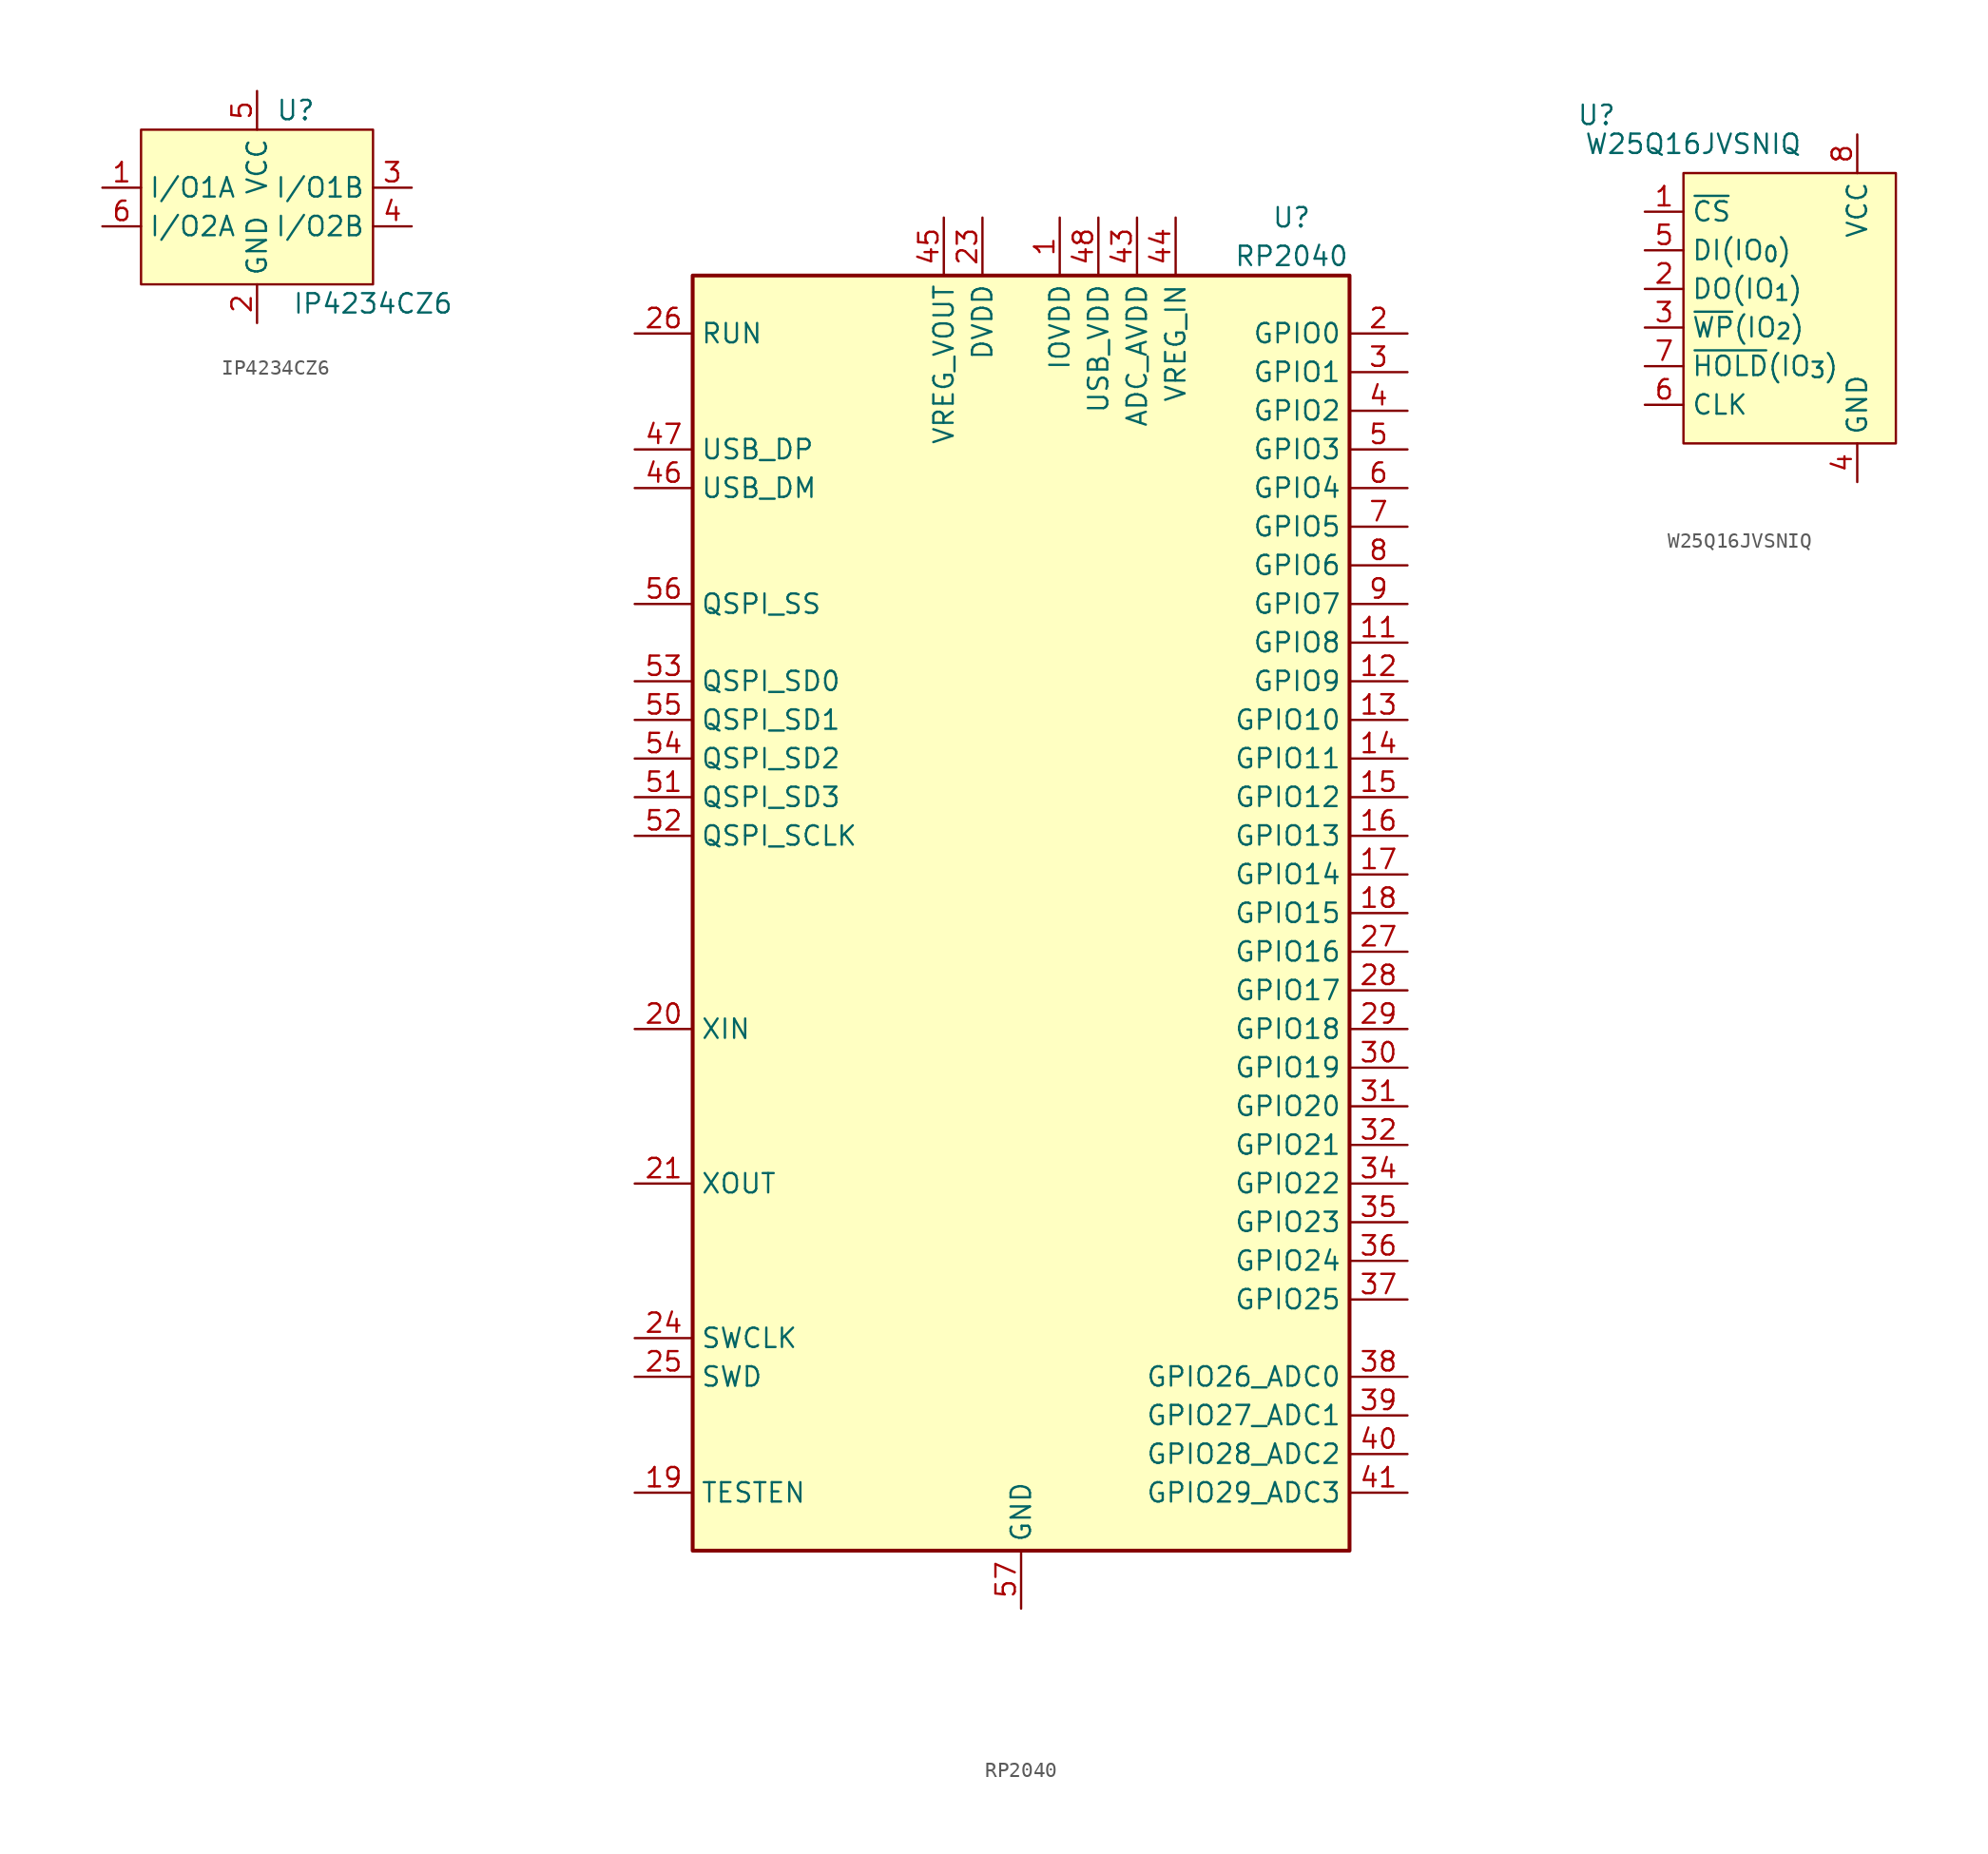
<source format=kicad_sym>
(kicad_symbol_lib
  (version 20211014)
  (generator kicad_symbol_editor)
  (symbol "IP4234CZ6"
    (property "Reference" "U"
      (at 2.54 6.35 0)
      (effects (font (size 1.27 1.27))))
    (property "Value" "IP4234CZ6"
      (at 7.62 -6.35 0)
      (effects (font (size 1.27 1.27))))
    (symbol "IP4234CZ6_0_1"
      (rectangle (start -7.62 5.08) (end 7.62 -5.08) (stroke (width 0) (type default) (color 0 0 0 0)) (fill (type background))))
    (symbol "IP4234CZ6_1_1"
      (pin bidirectional line (at -10.16 1.27 0) (length 2.54) (name "I/O1A" (effects (font (size 1.27 1.27)))) (number "1" (effects (font (size 1.27 1.27)))))
      (pin power_in line (at 0 -7.62 90) (length 2.54) (name "GND" (effects (font (size 1.27 1.27)))) (number "2" (effects (font (size 1.27 1.27)))))
      (pin bidirectional line (at 10.16 1.27 180) (length 2.54) (name "I/O1B" (effects (font (size 1.27 1.27)))) (number "3" (effects (font (size 1.27 1.27)))))
      (pin bidirectional line (at 10.16 -1.27 180) (length 2.54) (name "I/O2B" (effects (font (size 1.27 1.27)))) (number "4" (effects (font (size 1.27 1.27)))))
      (pin power_in line (at 0 7.62 270) (length 2.54) (name "VCC" (effects (font (size 1.27 1.27)))) (number "5" (effects (font (size 1.27 1.27)))))
      (pin bidirectional line (at -10.16 -1.27 0) (length 2.54) (name "I/O2A" (effects (font (size 1.27 1.27)))) (number "6" (effects (font (size 1.27 1.27)))))))
  (symbol "RP2040"
    (property "Reference" "U"
      (at 17.78 45.72 0)
      (effects (font (size 1.27 1.27))))
    (property "Value" "RP2040"
      (at 17.78 43.18 0)
      (effects (font (size 1.27 1.27))))
    (symbol "RP2040_0_1"
      (rectangle (start -21.59 41.91) (end 21.59 -41.91) (stroke (width 0.254) (type default) (color 0 0 0 0)) (fill (type background))))
    (symbol "RP2040_1_1"
      (pin power_in line (at 2.54 45.72 270) (length 3.81) (name "IOVDD" (effects (font (size 1.27 1.27)))) (number "1" (effects (font (size 1.27 1.27)))))
      (pin passive line (at 2.54 45.72 270) (length 3.81) hide (name "IOVDD" (effects (font (size 1.27 1.27)))) (number "10" (effects (font (size 1.27 1.27)))))
      (pin bidirectional line (at 25.4 17.78 180) (length 3.81) (name "GPIO8" (effects (font (size 1.27 1.27)))) (number "11" (effects (font (size 1.27 1.27)))))
      (pin bidirectional line (at 25.4 15.24 180) (length 3.81) (name "GPIO9" (effects (font (size 1.27 1.27)))) (number "12" (effects (font (size 1.27 1.27)))))
      (pin bidirectional line (at 25.4 12.7 180) (length 3.81) (name "GPIO10" (effects (font (size 1.27 1.27)))) (number "13" (effects (font (size 1.27 1.27)))))
      (pin bidirectional line (at 25.4 10.16 180) (length 3.81) (name "GPIO11" (effects (font (size 1.27 1.27)))) (number "14" (effects (font (size 1.27 1.27)))))
      (pin bidirectional line (at 25.4 7.62 180) (length 3.81) (name "GPIO12" (effects (font (size 1.27 1.27)))) (number "15" (effects (font (size 1.27 1.27)))))
      (pin bidirectional line (at 25.4 5.08 180) (length 3.81) (name "GPIO13" (effects (font (size 1.27 1.27)))) (number "16" (effects (font (size 1.27 1.27)))))
      (pin bidirectional line (at 25.4 2.54 180) (length 3.81) (name "GPIO14" (effects (font (size 1.27 1.27)))) (number "17" (effects (font (size 1.27 1.27)))))
      (pin bidirectional line (at 25.4 0 180) (length 3.81) (name "GPIO15" (effects (font (size 1.27 1.27)))) (number "18" (effects (font (size 1.27 1.27)))))
      (pin input line (at -25.4 -38.1 0) (length 3.81) (name "TESTEN" (effects (font (size 1.27 1.27)))) (number "19" (effects (font (size 1.27 1.27)))))
      (pin bidirectional line (at 25.4 38.1 180) (length 3.81) (name "GPIO0" (effects (font (size 1.27 1.27)))) (number "2" (effects (font (size 1.27 1.27)))))
      (pin input line (at -25.4 -7.62 0) (length 3.81) (name "XIN" (effects (font (size 1.27 1.27)))) (number "20" (effects (font (size 1.27 1.27)))))
      (pin passive line (at -25.4 -17.78 0) (length 3.81) (name "XOUT" (effects (font (size 1.27 1.27)))) (number "21" (effects (font (size 1.27 1.27)))))
      (pin passive line (at 2.54 45.72 270) (length 3.81) hide (name "IOVDD" (effects (font (size 1.27 1.27)))) (number "22" (effects (font (size 1.27 1.27)))))
      (pin power_in line (at -2.54 45.72 270) (length 3.81) (name "DVDD" (effects (font (size 1.27 1.27)))) (number "23" (effects (font (size 1.27 1.27)))))
      (pin input line (at -25.4 -27.94 0) (length 3.81) (name "SWCLK" (effects (font (size 1.27 1.27)))) (number "24" (effects (font (size 1.27 1.27)))))
      (pin bidirectional line (at -25.4 -30.48 0) (length 3.81) (name "SWD" (effects (font (size 1.27 1.27)))) (number "25" (effects (font (size 1.27 1.27)))))
      (pin input line (at -25.4 38.1 0) (length 3.81) (name "RUN" (effects (font (size 1.27 1.27)))) (number "26" (effects (font (size 1.27 1.27)))))
      (pin bidirectional line (at 25.4 -2.54 180) (length 3.81) (name "GPIO16" (effects (font (size 1.27 1.27)))) (number "27" (effects (font (size 1.27 1.27)))))
      (pin bidirectional line (at 25.4 -5.08 180) (length 3.81) (name "GPIO17" (effects (font (size 1.27 1.27)))) (number "28" (effects (font (size 1.27 1.27)))))
      (pin bidirectional line (at 25.4 -7.62 180) (length 3.81) (name "GPIO18" (effects (font (size 1.27 1.27)))) (number "29" (effects (font (size 1.27 1.27)))))
      (pin bidirectional line (at 25.4 35.56 180) (length 3.81) (name "GPIO1" (effects (font (size 1.27 1.27)))) (number "3" (effects (font (size 1.27 1.27)))))
      (pin bidirectional line (at 25.4 -10.16 180) (length 3.81) (name "GPIO19" (effects (font (size 1.27 1.27)))) (number "30" (effects (font (size 1.27 1.27)))))
      (pin bidirectional line (at 25.4 -12.7 180) (length 3.81) (name "GPIO20" (effects (font (size 1.27 1.27)))) (number "31" (effects (font (size 1.27 1.27)))))
      (pin bidirectional line (at 25.4 -15.24 180) (length 3.81) (name "GPIO21" (effects (font (size 1.27 1.27)))) (number "32" (effects (font (size 1.27 1.27)))))
      (pin passive line (at 2.54 45.72 270) (length 3.81) hide (name "IOVDD" (effects (font (size 1.27 1.27)))) (number "33" (effects (font (size 1.27 1.27)))))
      (pin bidirectional line (at 25.4 -17.78 180) (length 3.81) (name "GPIO22" (effects (font (size 1.27 1.27)))) (number "34" (effects (font (size 1.27 1.27)))))
      (pin bidirectional line (at 25.4 -20.32 180) (length 3.81) (name "GPIO23" (effects (font (size 1.27 1.27)))) (number "35" (effects (font (size 1.27 1.27)))))
      (pin bidirectional line (at 25.4 -22.86 180) (length 3.81) (name "GPIO24" (effects (font (size 1.27 1.27)))) (number "36" (effects (font (size 1.27 1.27)))))
      (pin bidirectional line (at 25.4 -25.4 180) (length 3.81) (name "GPIO25" (effects (font (size 1.27 1.27)))) (number "37" (effects (font (size 1.27 1.27)))))
      (pin bidirectional line (at 25.4 -30.48 180) (length 3.81) (name "GPIO26_ADC0" (effects (font (size 1.27 1.27)))) (number "38" (effects (font (size 1.27 1.27)))))
      (pin bidirectional line (at 25.4 -33.02 180) (length 3.81) (name "GPIO27_ADC1" (effects (font (size 1.27 1.27)))) (number "39" (effects (font (size 1.27 1.27)))))
      (pin bidirectional line (at 25.4 33.02 180) (length 3.81) (name "GPIO2" (effects (font (size 1.27 1.27)))) (number "4" (effects (font (size 1.27 1.27)))))
      (pin bidirectional line (at 25.4 -35.56 180) (length 3.81) (name "GPIO28_ADC2" (effects (font (size 1.27 1.27)))) (number "40" (effects (font (size 1.27 1.27)))))
      (pin bidirectional line (at 25.4 -38.1 180) (length 3.81) (name "GPIO29_ADC3" (effects (font (size 1.27 1.27)))) (number "41" (effects (font (size 1.27 1.27)))))
      (pin passive line (at 2.54 45.72 270) (length 3.81) hide (name "IOVDD" (effects (font (size 1.27 1.27)))) (number "42" (effects (font (size 1.27 1.27)))))
      (pin power_in line (at 7.62 45.72 270) (length 3.81) (name "ADC_AVDD" (effects (font (size 1.27 1.27)))) (number "43" (effects (font (size 1.27 1.27)))))
      (pin power_in line (at 10.16 45.72 270) (length 3.81) (name "VREG_IN" (effects (font (size 1.27 1.27)))) (number "44" (effects (font (size 1.27 1.27)))))
      (pin power_out line (at -5.08 45.72 270) (length 3.81) (name "VREG_VOUT" (effects (font (size 1.27 1.27)))) (number "45" (effects (font (size 1.27 1.27)))))
      (pin bidirectional line (at -25.4 27.94 0) (length 3.81) (name "USB_DM" (effects (font (size 1.27 1.27)))) (number "46" (effects (font (size 1.27 1.27)))))
      (pin bidirectional line (at -25.4 30.48 0) (length 3.81) (name "USB_DP" (effects (font (size 1.27 1.27)))) (number "47" (effects (font (size 1.27 1.27)))))
      (pin power_in line (at 5.08 45.72 270) (length 3.81) (name "USB_VDD" (effects (font (size 1.27 1.27)))) (number "48" (effects (font (size 1.27 1.27)))))
      (pin passive line (at 2.54 45.72 270) (length 3.81) hide (name "IOVDD" (effects (font (size 1.27 1.27)))) (number "49" (effects (font (size 1.27 1.27)))))
      (pin bidirectional line (at 25.4 30.48 180) (length 3.81) (name "GPIO3" (effects (font (size 1.27 1.27)))) (number "5" (effects (font (size 1.27 1.27)))))
      (pin passive line (at -2.54 45.72 270) (length 3.81) hide (name "DVDD" (effects (font (size 1.27 1.27)))) (number "50" (effects (font (size 1.27 1.27)))))
      (pin bidirectional line (at -25.4 7.62 0) (length 3.81) (name "QSPI_SD3" (effects (font (size 1.27 1.27)))) (number "51" (effects (font (size 1.27 1.27)))))
      (pin output line (at -25.4 5.08 0) (length 3.81) (name "QSPI_SCLK" (effects (font (size 1.27 1.27)))) (number "52" (effects (font (size 1.27 1.27)))))
      (pin bidirectional line (at -25.4 15.24 0) (length 3.81) (name "QSPI_SD0" (effects (font (size 1.27 1.27)))) (number "53" (effects (font (size 1.27 1.27)))))
      (pin bidirectional line (at -25.4 10.16 0) (length 3.81) (name "QSPI_SD2" (effects (font (size 1.27 1.27)))) (number "54" (effects (font (size 1.27 1.27)))))
      (pin bidirectional line (at -25.4 12.7 0) (length 3.81) (name "QSPI_SD1" (effects (font (size 1.27 1.27)))) (number "55" (effects (font (size 1.27 1.27)))))
      (pin bidirectional line (at -25.4 20.32 0) (length 3.81) (name "QSPI_SS" (effects (font (size 1.27 1.27)))) (number "56" (effects (font (size 1.27 1.27)))))
      (pin power_in line (at 0 -45.72 90) (length 3.81) (name "GND" (effects (font (size 1.27 1.27)))) (number "57" (effects (font (size 1.27 1.27)))))
      (pin bidirectional line (at 25.4 27.94 180) (length 3.81) (name "GPIO4" (effects (font (size 1.27 1.27)))) (number "6" (effects (font (size 1.27 1.27)))))
      (pin bidirectional line (at 25.4 25.4 180) (length 3.81) (name "GPIO5" (effects (font (size 1.27 1.27)))) (number "7" (effects (font (size 1.27 1.27)))))
      (pin bidirectional line (at 25.4 22.86 180) (length 3.81) (name "GPIO6" (effects (font (size 1.27 1.27)))) (number "8" (effects (font (size 1.27 1.27)))))
      (pin bidirectional line (at 25.4 20.32 180) (length 3.81) (name "GPIO7" (effects (font (size 1.27 1.27)))) (number "9" (effects (font (size 1.27 1.27)))))))
  (symbol "W25Q16JVSNIQ"
    (property "Reference" "U"
      (at -14.605 11.43 0)
      (effects (font (size 1.27 1.27))))
    (property "Value" "W25Q16JVSNIQ"
      (at -8.255 9.525 0)
      (effects (font (size 1.27 1.27))))
    (symbol "W25Q16JVSNIQ_0_1"
      (rectangle (start -8.89 7.62) (end 5.08 -10.16) (stroke (width 0) (type default) (color 0 0 0 0)) (fill (type background))))
    (symbol "W25Q16JVSNIQ_1_1"
      (pin input line (at -11.43 5.08 0) (length 2.54) (name "~{CS}" (effects (font (size 1.27 1.27)))) (number "1" (effects (font (size 1.27 1.27)))))
      (pin bidirectional line (at -11.43 0 0) (length 2.54) (name "DO(IO_{1})" (effects (font (size 1.27 1.27)))) (number "2" (effects (font (size 1.27 1.27)))))
      (pin bidirectional line (at -11.43 -2.54 0) (length 2.54) (name "~{WP}(IO_{2})" (effects (font (size 1.27 1.27)))) (number "3" (effects (font (size 1.27 1.27)))))
      (pin power_in line (at 2.54 -12.7 90) (length 2.54) (name "GND" (effects (font (size 1.27 1.27)))) (number "4" (effects (font (size 1.27 1.27)))))
      (pin bidirectional line (at -11.43 2.54 0) (length 2.54) (name "DI(IO_{0})" (effects (font (size 1.27 1.27)))) (number "5" (effects (font (size 1.27 1.27)))))
      (pin input line (at -11.43 -7.62 0) (length 2.54) (name "CLK" (effects (font (size 1.27 1.27)))) (number "6" (effects (font (size 1.27 1.27)))))
      (pin bidirectional line (at -11.43 -5.08 0) (length 2.54) (name "~{HOLD}(IO_{3})" (effects (font (size 1.27 1.27)))) (number "7" (effects (font (size 1.27 1.27)))))
      (pin power_in line (at 2.54 10.16 270) (length 2.54) (name "VCC" (effects (font (size 1.27 1.27)))) (number "8" (effects (font (size 1.27 1.27))))))))
</source>
